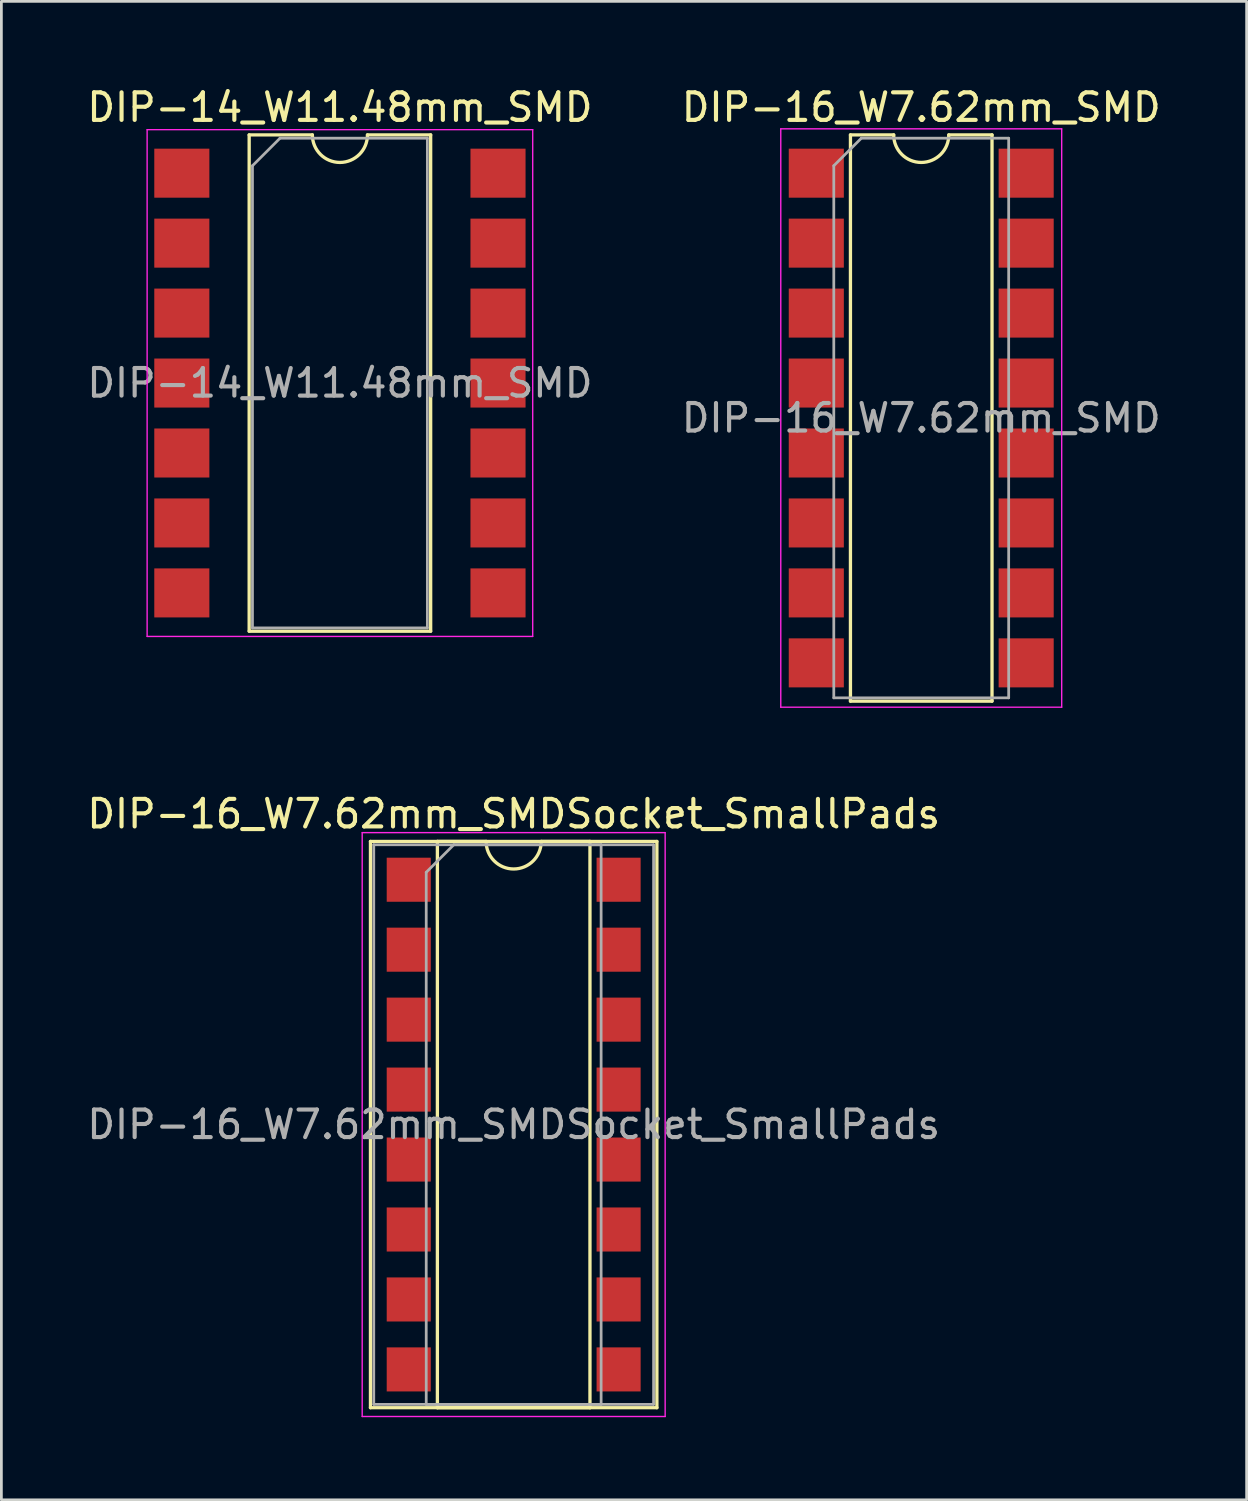
<source format=kicad_pcb>
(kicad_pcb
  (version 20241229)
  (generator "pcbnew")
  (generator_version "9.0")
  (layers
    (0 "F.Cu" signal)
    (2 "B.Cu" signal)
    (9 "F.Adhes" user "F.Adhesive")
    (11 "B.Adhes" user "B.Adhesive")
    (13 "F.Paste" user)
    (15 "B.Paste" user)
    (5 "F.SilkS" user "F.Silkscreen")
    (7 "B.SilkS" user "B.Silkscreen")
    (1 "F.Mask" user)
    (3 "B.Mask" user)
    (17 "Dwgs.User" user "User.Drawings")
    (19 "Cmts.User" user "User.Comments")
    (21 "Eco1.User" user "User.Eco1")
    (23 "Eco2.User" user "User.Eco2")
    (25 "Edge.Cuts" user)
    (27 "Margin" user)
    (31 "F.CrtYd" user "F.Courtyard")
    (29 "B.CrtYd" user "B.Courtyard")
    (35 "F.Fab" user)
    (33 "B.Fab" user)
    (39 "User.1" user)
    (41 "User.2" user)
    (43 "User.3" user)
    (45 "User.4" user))
  (footprint "DIP-16_W7.62mm_SMDSocket_SmallPads"
    (layer "F.Cu")
    (at 15.601 37.782)
    (property "Reference" "DIP-16_W7.62mm_SMDSocket_SmallPads" (at 0 -11.28 0) (layer "F.SilkS") (effects (font (size 1 1) (thickness 0.15))))
    (attr smd)
    (fp_line (start -5.2 -10.28) (end -5.2 10.28) (stroke (width 0.12) (type solid)) (layer "F.SilkS"))
    (fp_line (start -5.2 10.28) (end 5.2 10.28) (stroke (width 0.12) (type solid)) (layer "F.SilkS"))
    (fp_line (start -2.77 -10.28) (end -2.77 10.28) (stroke (width 0.12) (type solid)) (layer "F.SilkS"))
    (fp_line (start -2.77 10.28) (end 2.77 10.28) (stroke (width 0.12) (type solid)) (layer "F.SilkS"))
    (fp_line (start -1 -10.28) (end -2.77 -10.28) (stroke (width 0.12) (type solid)) (layer "F.SilkS"))
    (fp_line (start 2.77 -10.28) (end 1 -10.28) (stroke (width 0.12) (type solid)) (layer "F.SilkS"))
    (fp_line (start 2.77 10.28) (end 2.77 -10.28) (stroke (width 0.12) (type solid)) (layer "F.SilkS"))
    (fp_line (start 5.2 -10.28) (end -5.2 -10.28) (stroke (width 0.12) (type solid)) (layer "F.SilkS"))
    (fp_line (start 5.2 10.28) (end 5.2 -10.28) (stroke (width 0.12) (type solid)) (layer "F.SilkS"))
    (fp_arc (start 1 -10.28) (mid 0 -9.28) (end -1 -10.28) (stroke (width 0.12) (type solid)) (layer "F.SilkS"))
    (fp_line (start -5.5 -10.6) (end -5.5 10.6) (stroke (width 0.05) (type solid)) (layer "F.CrtYd"))
    (fp_line (start -5.5 10.6) (end 5.5 10.6) (stroke (width 0.05) (type solid)) (layer "F.CrtYd"))
    (fp_line (start 5.5 -10.6) (end -5.5 -10.6) (stroke (width 0.05) (type solid)) (layer "F.CrtYd"))
    (fp_line (start 5.5 10.6) (end 5.5 -10.6) (stroke (width 0.05) (type solid)) (layer "F.CrtYd"))
    (fp_line (start -5.08 -10.16) (end -5.08 10.16) (stroke (width 0.1) (type solid)) (layer "F.Fab"))
    (fp_line (start -5.08 10.16) (end 5.08 10.16) (stroke (width 0.1) (type solid)) (layer "F.Fab"))
    (fp_line (start -3.175 -9.16) (end -2.175 -10.16) (stroke (width 0.1) (type solid)) (layer "F.Fab"))
    (fp_line (start -3.175 10.16) (end -3.175 -9.16) (stroke (width 0.1) (type solid)) (layer "F.Fab"))
    (fp_line (start -2.175 -10.16) (end 3.175 -10.16) (stroke (width 0.1) (type solid)) (layer "F.Fab"))
    (fp_line (start 3.175 -10.16) (end 3.175 10.16) (stroke (width 0.1) (type solid)) (layer "F.Fab"))
    (fp_line (start 3.175 10.16) (end -3.175 10.16) (stroke (width 0.1) (type solid)) (layer "F.Fab"))
    (fp_line (start 5.08 -10.16) (end -5.08 -10.16) (stroke (width 0.1) (type solid)) (layer "F.Fab"))
    (fp_line (start 5.08 10.16) (end 5.08 -10.16) (stroke (width 0.1) (type solid)) (layer "F.Fab"))
    (fp_text user "${REFERENCE}" (at 0 0 0) (layer "F.Fab") (effects (font (size 1 1) (thickness 0.15))))
    (pad "1" smd rect (at -3.81 -8.89) (size 1.6 1.6) (layers "F.Cu" "F.Mask" "F.Paste"))
    (pad "2" smd rect (at -3.81 -6.35) (size 1.6 1.6) (layers "F.Cu" "F.Mask" "F.Paste"))
    (pad "3" smd rect (at -3.81 -3.81) (size 1.6 1.6) (layers "F.Cu" "F.Mask" "F.Paste"))
    (pad "4" smd rect (at -3.81 -1.27) (size 1.6 1.6) (layers "F.Cu" "F.Mask" "F.Paste"))
    (pad "5" smd rect (at -3.81 1.27) (size 1.6 1.6) (layers "F.Cu" "F.Mask" "F.Paste"))
    (pad "6" smd rect (at -3.81 3.81) (size 1.6 1.6) (layers "F.Cu" "F.Mask" "F.Paste"))
    (pad "7" smd rect (at -3.81 6.35) (size 1.6 1.6) (layers "F.Cu" "F.Mask" "F.Paste"))
    (pad "8" smd rect (at -3.81 8.89) (size 1.6 1.6) (layers "F.Cu" "F.Mask" "F.Paste"))
    (pad "9" smd rect (at 3.81 8.89) (size 1.6 1.6) (layers "F.Cu" "F.Mask" "F.Paste"))
    (pad "10" smd rect (at 3.81 6.35) (size 1.6 1.6) (layers "F.Cu" "F.Mask" "F.Paste"))
    (pad "11" smd rect (at 3.81 3.81) (size 1.6 1.6) (layers "F.Cu" "F.Mask" "F.Paste"))
    (pad "12" smd rect (at 3.81 1.27) (size 1.6 1.6) (layers "F.Cu" "F.Mask" "F.Paste"))
    (pad "13" smd rect (at 3.81 -1.27) (size 1.6 1.6) (layers "F.Cu" "F.Mask" "F.Paste"))
    (pad "14" smd rect (at 3.81 -3.81) (size 1.6 1.6) (layers "F.Cu" "F.Mask" "F.Paste"))
    (pad "15" smd rect (at 3.81 -6.35) (size 1.6 1.6) (layers "F.Cu" "F.Mask" "F.Paste"))
    (pad "16" smd rect (at 3.81 -8.89) (size 1.6 1.6) (layers "F.Cu" "F.Mask" "F.Paste")))
  (footprint "DIP-14_W11.48mm_SMD"
    (layer "F.Cu")
    (at 9.292 10.858)
    (property "Reference" "DIP-14_W11.48mm_SMD" (at 0 -10.01 0) (layer "F.SilkS") (effects (font (size 1 1) (thickness 0.15))))
    (attr smd)
    (fp_line (start -3.295 -9.01) (end -3.295 9.01) (stroke (width 0.12) (type solid)) (layer "F.SilkS"))
    (fp_line (start -3.295 9.01) (end 3.295 9.01) (stroke (width 0.12) (type solid)) (layer "F.SilkS"))
    (fp_line (start -1 -9.01) (end -3.295 -9.01) (stroke (width 0.12) (type solid)) (layer "F.SilkS"))
    (fp_line (start 3.295 -9.01) (end 1 -9.01) (stroke (width 0.12) (type solid)) (layer "F.SilkS"))
    (fp_line (start 3.295 9.01) (end 3.295 -9.01) (stroke (width 0.12) (type solid)) (layer "F.SilkS"))
    (fp_arc (start 1 -9.01) (mid 0 -8.01) (end -1 -9.01) (stroke (width 0.12) (type solid)) (layer "F.SilkS"))
    (fp_line (start -7 -9.2) (end -7 9.2) (stroke (width 0.05) (type solid)) (layer "F.CrtYd"))
    (fp_line (start -7 9.2) (end 7 9.2) (stroke (width 0.05) (type solid)) (layer "F.CrtYd"))
    (fp_line (start 7 -9.2) (end -7 -9.2) (stroke (width 0.05) (type solid)) (layer "F.CrtYd"))
    (fp_line (start 7 9.2) (end 7 -9.2) (stroke (width 0.05) (type solid)) (layer "F.CrtYd"))
    (fp_line (start -3.175 -7.89) (end -2.175 -8.89) (stroke (width 0.1) (type solid)) (layer "F.Fab"))
    (fp_line (start -3.175 8.89) (end -3.175 -7.89) (stroke (width 0.1) (type solid)) (layer "F.Fab"))
    (fp_line (start -2.175 -8.89) (end 3.175 -8.89) (stroke (width 0.1) (type solid)) (layer "F.Fab"))
    (fp_line (start 3.175 -8.89) (end 3.175 8.89) (stroke (width 0.1) (type solid)) (layer "F.Fab"))
    (fp_line (start 3.175 8.89) (end -3.175 8.89) (stroke (width 0.1) (type solid)) (layer "F.Fab"))
    (fp_text user "${REFERENCE}" (at 0 0 0) (layer "F.Fab") (effects (font (size 1 1) (thickness 0.15))))
    (pad "1" smd rect (at -5.74 -7.62) (size 2 1.78) (layers "F.Cu" "F.Mask" "F.Paste"))
    (pad "2" smd rect (at -5.74 -5.08) (size 2 1.78) (layers "F.Cu" "F.Mask" "F.Paste"))
    (pad "3" smd rect (at -5.74 -2.54) (size 2 1.78) (layers "F.Cu" "F.Mask" "F.Paste"))
    (pad "4" smd rect (at -5.74 0) (size 2 1.78) (layers "F.Cu" "F.Mask" "F.Paste"))
    (pad "5" smd rect (at -5.74 2.54) (size 2 1.78) (layers "F.Cu" "F.Mask" "F.Paste"))
    (pad "6" smd rect (at -5.74 5.08) (size 2 1.78) (layers "F.Cu" "F.Mask" "F.Paste"))
    (pad "7" smd rect (at -5.74 7.62) (size 2 1.78) (layers "F.Cu" "F.Mask" "F.Paste"))
    (pad "8" smd rect (at 5.74 7.62) (size 2 1.78) (layers "F.Cu" "F.Mask" "F.Paste"))
    (pad "9" smd rect (at 5.74 5.08) (size 2 1.78) (layers "F.Cu" "F.Mask" "F.Paste"))
    (pad "10" smd rect (at 5.74 2.54) (size 2 1.78) (layers "F.Cu" "F.Mask" "F.Paste"))
    (pad "11" smd rect (at 5.74 0) (size 2 1.78) (layers "F.Cu" "F.Mask" "F.Paste"))
    (pad "12" smd rect (at 5.74 -2.54) (size 2 1.78) (layers "F.Cu" "F.Mask" "F.Paste"))
    (pad "13" smd rect (at 5.74 -5.08) (size 2 1.78) (layers "F.Cu" "F.Mask" "F.Paste"))
    (pad "14" smd rect (at 5.74 -7.62) (size 2 1.78) (layers "F.Cu" "F.Mask" "F.Paste")))
  (footprint "DIP-16_W7.62mm_SMD"
    (layer "F.Cu")
    (at 30.399 12.128)
    (property "Reference" "DIP-16_W7.62mm_SMD" (at 0 -11.28 0) (layer "F.SilkS") (effects (font (size 1 1) (thickness 0.15))))
    (attr smd)
    (fp_line (start -2.57 -10.28) (end -2.57 10.28) (stroke (width 0.12) (type solid)) (layer "F.SilkS"))
    (fp_line (start -2.57 10.28) (end 2.57 10.28) (stroke (width 0.12) (type solid)) (layer "F.SilkS"))
    (fp_line (start -1 -10.28) (end -2.57 -10.28) (stroke (width 0.12) (type solid)) (layer "F.SilkS"))
    (fp_line (start 2.57 -10.28) (end 1 -10.28) (stroke (width 0.12) (type solid)) (layer "F.SilkS"))
    (fp_line (start 2.57 10.28) (end 2.57 -10.28) (stroke (width 0.12) (type solid)) (layer "F.SilkS"))
    (fp_arc (start 1 -10.28) (mid 0 -9.28) (end -1 -10.28) (stroke (width 0.12) (type solid)) (layer "F.SilkS"))
    (fp_line (start -5.1 -10.5) (end -5.1 10.5) (stroke (width 0.05) (type solid)) (layer "F.CrtYd"))
    (fp_line (start -5.1 10.5) (end 5.1 10.5) (stroke (width 0.05) (type solid)) (layer "F.CrtYd"))
    (fp_line (start 5.1 -10.5) (end -5.1 -10.5) (stroke (width 0.05) (type solid)) (layer "F.CrtYd"))
    (fp_line (start 5.1 10.5) (end 5.1 -10.5) (stroke (width 0.05) (type solid)) (layer "F.CrtYd"))
    (fp_line (start -3.175 -9.16) (end -2.175 -10.16) (stroke (width 0.1) (type solid)) (layer "F.Fab"))
    (fp_line (start -3.175 10.16) (end -3.175 -9.16) (stroke (width 0.1) (type solid)) (layer "F.Fab"))
    (fp_line (start -2.175 -10.16) (end 3.175 -10.16) (stroke (width 0.1) (type solid)) (layer "F.Fab"))
    (fp_line (start 3.175 -10.16) (end 3.175 10.16) (stroke (width 0.1) (type solid)) (layer "F.Fab"))
    (fp_line (start 3.175 10.16) (end -3.175 10.16) (stroke (width 0.1) (type solid)) (layer "F.Fab"))
    (fp_text user "${REFERENCE}" (at 0 0 0) (layer "F.Fab") (effects (font (size 1 1) (thickness 0.15))))
    (pad "1" smd rect (at -3.81 -8.89) (size 2 1.78) (layers "F.Cu" "F.Mask" "F.Paste"))
    (pad "2" smd rect (at -3.81 -6.35) (size 2 1.78) (layers "F.Cu" "F.Mask" "F.Paste"))
    (pad "3" smd rect (at -3.81 -3.81) (size 2 1.78) (layers "F.Cu" "F.Mask" "F.Paste"))
    (pad "4" smd rect (at -3.81 -1.27) (size 2 1.78) (layers "F.Cu" "F.Mask" "F.Paste"))
    (pad "5" smd rect (at -3.81 1.27) (size 2 1.78) (layers "F.Cu" "F.Mask" "F.Paste"))
    (pad "6" smd rect (at -3.81 3.81) (size 2 1.78) (layers "F.Cu" "F.Mask" "F.Paste"))
    (pad "7" smd rect (at -3.81 6.35) (size 2 1.78) (layers "F.Cu" "F.Mask" "F.Paste"))
    (pad "8" smd rect (at -3.81 8.89) (size 2 1.78) (layers "F.Cu" "F.Mask" "F.Paste"))
    (pad "9" smd rect (at 3.81 8.89) (size 2 1.78) (layers "F.Cu" "F.Mask" "F.Paste"))
    (pad "10" smd rect (at 3.81 6.35) (size 2 1.78) (layers "F.Cu" "F.Mask" "F.Paste"))
    (pad "11" smd rect (at 3.81 3.81) (size 2 1.78) (layers "F.Cu" "F.Mask" "F.Paste"))
    (pad "12" smd rect (at 3.81 1.27) (size 2 1.78) (layers "F.Cu" "F.Mask" "F.Paste"))
    (pad "13" smd rect (at 3.81 -1.27) (size 2 1.78) (layers "F.Cu" "F.Mask" "F.Paste"))
    (pad "14" smd rect (at 3.81 -3.81) (size 2 1.78) (layers "F.Cu" "F.Mask" "F.Paste"))
    (pad "15" smd rect (at 3.81 -6.35) (size 2 1.78) (layers "F.Cu" "F.Mask" "F.Paste"))
    (pad "16" smd rect (at 3.81 -8.89) (size 2 1.78) (layers "F.Cu" "F.Mask" "F.Paste")))
  (gr_rect
    (start -3 -3)
    (end 42.214 51.407)
    (stroke (width 0.1) (type default))
    (fill no)
    (layer "Edge.Cuts")))
</source>
